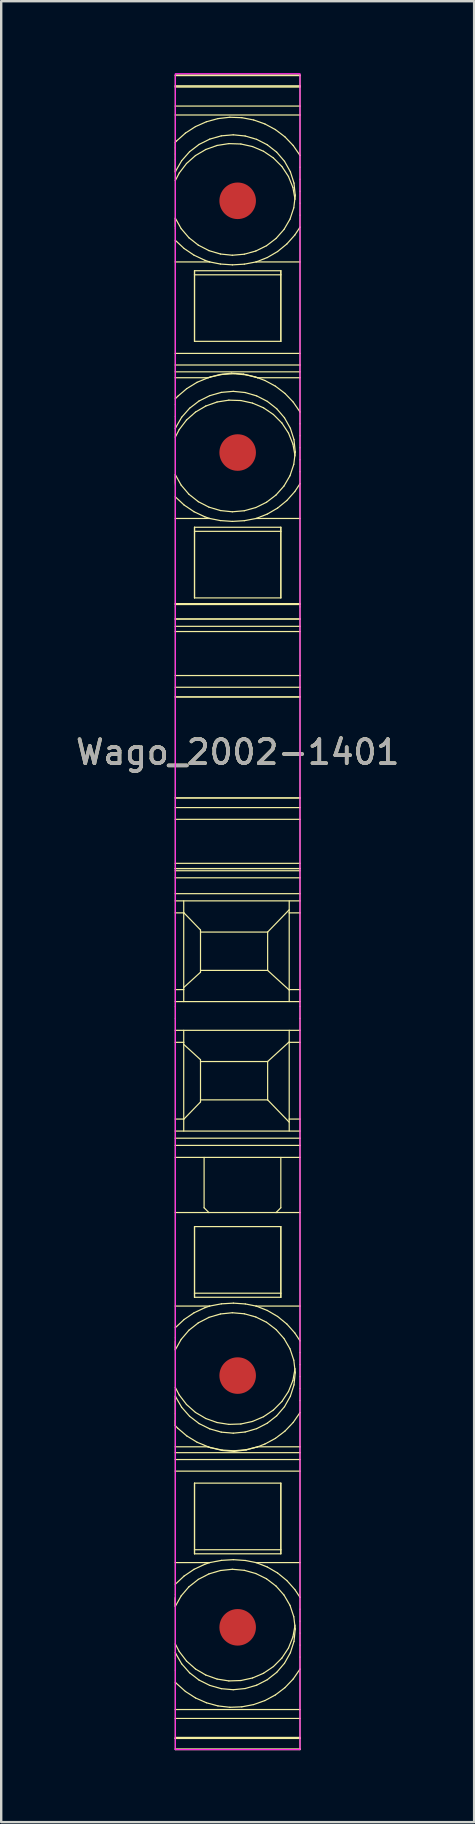
<source format=kicad_pcb>
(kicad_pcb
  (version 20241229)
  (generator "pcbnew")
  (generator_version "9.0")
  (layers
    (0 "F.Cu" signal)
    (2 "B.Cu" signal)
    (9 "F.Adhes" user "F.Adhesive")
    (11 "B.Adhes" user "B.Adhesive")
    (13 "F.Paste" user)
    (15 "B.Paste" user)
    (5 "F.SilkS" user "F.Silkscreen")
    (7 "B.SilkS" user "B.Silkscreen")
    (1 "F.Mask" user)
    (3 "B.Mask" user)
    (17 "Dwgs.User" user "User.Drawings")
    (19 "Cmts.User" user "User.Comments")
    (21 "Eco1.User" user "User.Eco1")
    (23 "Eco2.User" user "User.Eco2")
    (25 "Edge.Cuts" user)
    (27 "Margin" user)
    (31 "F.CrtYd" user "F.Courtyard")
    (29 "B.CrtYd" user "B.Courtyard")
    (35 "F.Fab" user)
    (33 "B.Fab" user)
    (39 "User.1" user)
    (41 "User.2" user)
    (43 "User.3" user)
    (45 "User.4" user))
  (footprint "Wago_2002-1401"
    (layer "F.Cu")
    (at 6.863 39.325)
    (property "Reference" "Wago_2002-1401" (at 0 -11 0) (unlocked yes) (layer "F.SilkS") (effects (font (size 1 1) (thickness 0.15))))
    (fp_line (start -2.6 -39.25) (end 2.6 -39.25) (stroke (width 0.05) (type solid)) (layer "F.SilkS"))
    (fp_line (start -2.6 -39.221) (end -2.6 -39.25) (stroke (width 0.05) (type solid)) (layer "F.SilkS"))
    (fp_line (start -2.6 -39.221) (end 2.6 -39.221) (stroke (width 0.05) (type solid)) (layer "F.SilkS"))
    (fp_line (start -2.6 -38.787) (end -2.6 -39.221) (stroke (width 0.05) (type solid)) (layer "F.SilkS"))
    (fp_line (start -2.6 -38.787) (end -2.6 -38.785) (stroke (width 0.05) (type solid)) (layer "F.SilkS"))
    (fp_line (start -2.6 -38.787) (end 2.6 -38.787) (stroke (width 0.05) (type solid)) (layer "F.SilkS"))
    (fp_line (start -2.6 -38.785) (end -2.6 -38.787) (stroke (width 0.05) (type solid)) (layer "F.SilkS"))
    (fp_line (start -2.6 -38.785) (end 2.6 -38.785) (stroke (width 0.05) (type solid)) (layer "F.SilkS"))
    (fp_line (start -2.6 -38.742) (end -2.6 -38.785) (stroke (width 0.05) (type solid)) (layer "F.SilkS"))
    (fp_line (start -2.6 -38.742) (end 2.6 -38.742) (stroke (width 0.05) (type solid)) (layer "F.SilkS"))
    (fp_line (start -2.6 -37.95) (end -2.6 -38.742) (stroke (width 0.05) (type solid)) (layer "F.SilkS"))
    (fp_line (start -2.6 -37.95) (end 2.6 -37.95) (stroke (width 0.05) (type solid)) (layer "F.SilkS"))
    (fp_line (start -2.6 -37.579) (end -2.6 -37.95) (stroke (width 0.05) (type solid)) (layer "F.SilkS"))
    (fp_line (start -2.6 -37.579) (end 2.6 -37.579) (stroke (width 0.05) (type solid)) (layer "F.SilkS"))
    (fp_line (start -2.6 -36.441) (end -2.6 -37.579) (stroke (width 0.05) (type solid)) (layer "F.SilkS"))
    (fp_line (start -2.6 -36.207) (end -2.6 -36.441) (stroke (width 0.05) (type solid)) (layer "F.SilkS"))
    (fp_line (start -2.6 -35.95) (end -2.6 -36.441) (stroke (width 0.05) (type solid)) (layer "F.SilkS"))
    (fp_line (start -2.6 -35.707) (end -2.6 -36.207) (stroke (width 0.05) (type solid)) (layer "F.SilkS"))
    (fp_line (start -2.6 -35.45) (end -2.6 -35.95) (stroke (width 0.05) (type solid)) (layer "F.SilkS"))
    (fp_line (start -2.6 -35.207) (end -2.6 -35.707) (stroke (width 0.05) (type solid)) (layer "F.SilkS"))
    (fp_line (start -2.6 -35.207) (end -2.6 -35.45) (stroke (width 0.05) (type solid)) (layer "F.SilkS"))
    (fp_line (start -2.6 -34.844) (end -2.6 -35.207) (stroke (width 0.05) (type solid)) (layer "F.SilkS"))
    (fp_line (start -2.6 -33.275) (end -2.6 -34.844) (stroke (width 0.05) (type solid)) (layer "F.SilkS"))
    (fp_line (start -2.6 -33.275) (end -2.357 -32.839) (stroke (width 0.05) (type solid)) (layer "F.SilkS"))
    (fp_line (start -2.6 -32.913) (end -2.6 -33.275) (stroke (width 0.05) (type solid)) (layer "F.SilkS"))
    (fp_line (start -2.6 -32.852) (end -2.6 -33.275) (stroke (width 0.05) (type solid)) (layer "F.SilkS"))
    (fp_line (start -2.6 -32.352) (end -2.6 -32.852) (stroke (width 0.05) (type solid)) (layer "F.SilkS"))
    (fp_line (start -2.6 -32.352) (end -2.235 -32.011) (stroke (width 0.05) (type solid)) (layer "F.SilkS"))
    (fp_line (start -2.6 -31.45) (end -2.6 -32.352) (stroke (width 0.05) (type solid)) (layer "F.SilkS"))
    (fp_line (start -2.6 -31.45) (end -1.168 -31.45) (stroke (width 0.05) (type solid)) (layer "F.SilkS"))
    (fp_line (start -2.6 -27.634) (end -2.6 -31.45) (stroke (width 0.05) (type solid)) (layer "F.SilkS"))
    (fp_line (start -2.6 -27.634) (end 2.6 -27.634) (stroke (width 0.05) (type solid)) (layer "F.SilkS"))
    (fp_line (start -2.6 -27.151) (end -2.6 -27.634) (stroke (width 0.05) (type solid)) (layer "F.SilkS"))
    (fp_line (start -2.6 -27.151) (end 2.6 -27.151) (stroke (width 0.05) (type solid)) (layer "F.SilkS"))
    (fp_line (start -2.6 -26.866) (end -2.6 -27.151) (stroke (width 0.05) (type solid)) (layer "F.SilkS"))
    (fp_line (start -2.6 -26.866) (end -2.6 -26.621) (stroke (width 0.05) (type solid)) (layer "F.SilkS"))
    (fp_line (start -2.6 -26.866) (end 2.6 -26.866) (stroke (width 0.05) (type solid)) (layer "F.SilkS"))
    (fp_line (start -2.6 -26.621) (end -1.233 -26.621) (stroke (width 0.05) (type solid)) (layer "F.SilkS"))
    (fp_line (start -2.6 -25.741) (end -2.6 -26.621) (stroke (width 0.05) (type solid)) (layer "F.SilkS"))
    (fp_line (start -2.6 -25.507) (end -2.6 -25.741) (stroke (width 0.05) (type solid)) (layer "F.SilkS"))
    (fp_line (start -2.6 -25.007) (end -2.6 -25.507) (stroke (width 0.05) (type solid)) (layer "F.SilkS"))
    (fp_line (start -2.6 -24.507) (end -2.6 -25.007) (stroke (width 0.05) (type solid)) (layer "F.SilkS"))
    (fp_line (start -2.6 -24.144) (end -2.6 -24.507) (stroke (width 0.05) (type solid)) (layer "F.SilkS"))
    (fp_line (start -2.6 -22.575) (end -2.6 -24.144) (stroke (width 0.05) (type solid)) (layer "F.SilkS"))
    (fp_line (start -2.6 -22.575) (end -2.357 -22.139) (stroke (width 0.05) (type solid)) (layer "F.SilkS"))
    (fp_line (start -2.6 -22.213) (end -2.6 -22.575) (stroke (width 0.05) (type solid)) (layer "F.SilkS"))
    (fp_line (start -2.6 -22.152) (end -2.6 -22.575) (stroke (width 0.05) (type solid)) (layer "F.SilkS"))
    (fp_line (start -2.6 -21.652) (end -2.6 -22.152) (stroke (width 0.05) (type solid)) (layer "F.SilkS"))
    (fp_line (start -2.6 -21.652) (end -2.235 -21.311) (stroke (width 0.05) (type solid)) (layer "F.SilkS"))
    (fp_line (start -2.6 -20.75) (end -2.6 -21.652) (stroke (width 0.05) (type solid)) (layer "F.SilkS"))
    (fp_line (start -2.6 -20.75) (end -1.168 -20.75) (stroke (width 0.05) (type solid)) (layer "F.SilkS"))
    (fp_line (start -2.6 -17.2) (end -2.6 -20.75) (stroke (width 0.05) (type solid)) (layer "F.SilkS"))
    (fp_line (start -2.6 -17.2) (end 2.6 -17.2) (stroke (width 0.05) (type solid)) (layer "F.SilkS"))
    (fp_line (start -2.6 -17.16) (end -2.6 -17.2) (stroke (width 0.05) (type solid)) (layer "F.SilkS"))
    (fp_line (start -2.6 -17.16) (end 2.6 -17.16) (stroke (width 0.05) (type solid)) (layer "F.SilkS"))
    (fp_line (start -2.6 -17.063) (end -2.6 -17.16) (stroke (width 0.05) (type solid)) (layer "F.SilkS"))
    (fp_line (start -2.6 -16.563) (end -2.6 -17.063) (stroke (width 0.05) (type solid)) (layer "F.SilkS"))
    (fp_line (start -2.6 -16.563) (end 2.6 -16.563) (stroke (width 0.05) (type solid)) (layer "F.SilkS"))
    (fp_line (start -2.6 -16.55) (end -2.6 -16.563) (stroke (width 0.05) (type solid)) (layer "F.SilkS"))
    (fp_line (start -2.6 -16.55) (end 2.6 -16.55) (stroke (width 0.05) (type solid)) (layer "F.SilkS"))
    (fp_line (start -2.6 -16.25) (end -2.6 -16.55) (stroke (width 0.05) (type solid)) (layer "F.SilkS"))
    (fp_line (start -2.6 -16.25) (end -2.6 -16.034) (stroke (width 0.05) (type solid)) (layer "F.SilkS"))
    (fp_line (start -2.6 -16.25) (end 2.6 -16.25) (stroke (width 0.05) (type solid)) (layer "F.SilkS"))
    (fp_line (start -2.6 -16.034) (end 2.6 -16.034) (stroke (width 0.05) (type solid)) (layer "F.SilkS"))
    (fp_line (start -2.6 -14.2) (end -2.6 -16.034) (stroke (width 0.05) (type solid)) (layer "F.SilkS"))
    (fp_line (start -2.6 -14.2) (end 2.6 -14.2) (stroke (width 0.05) (type solid)) (layer "F.SilkS"))
    (fp_line (start -2.6 -13.71) (end -2.6 -14.2) (stroke (width 0.05) (type solid)) (layer "F.SilkS"))
    (fp_line (start -2.6 -13.71) (end 2.6 -13.71) (stroke (width 0.05) (type solid)) (layer "F.SilkS"))
    (fp_line (start -2.6 -13.31) (end -2.6 -13.71) (stroke (width 0.05) (type solid)) (layer "F.SilkS"))
    (fp_line (start -2.6 -13.31) (end 2.6 -13.31) (stroke (width 0.05) (type solid)) (layer "F.SilkS"))
    (fp_line (start -2.6 -13.303) (end -2.6 -13.31) (stroke (width 0.05) (type solid)) (layer "F.SilkS"))
    (fp_line (start -2.6 -13.303) (end 2.6 -13.303) (stroke (width 0.05) (type solid)) (layer "F.SilkS"))
    (fp_line (start -2.6 -9.097) (end -2.6 -13.303) (stroke (width 0.05) (type solid)) (layer "F.SilkS"))
    (fp_line (start -2.6 -9.097) (end 2.6 -9.097) (stroke (width 0.05) (type solid)) (layer "F.SilkS"))
    (fp_line (start -2.6 -9.09) (end -2.6 -9.097) (stroke (width 0.05) (type solid)) (layer "F.SilkS"))
    (fp_line (start -2.6 -9.09) (end 2.6 -9.09) (stroke (width 0.05) (type solid)) (layer "F.SilkS"))
    (fp_line (start -2.6 -8.69) (end -2.6 -9.09) (stroke (width 0.05) (type solid)) (layer "F.SilkS"))
    (fp_line (start -2.6 -8.69) (end 2.6 -8.69) (stroke (width 0.05) (type solid)) (layer "F.SilkS"))
    (fp_line (start -2.6 -8.2) (end -2.6 -8.69) (stroke (width 0.05) (type solid)) (layer "F.SilkS"))
    (fp_line (start -2.6 -8.2) (end 2.6 -8.2) (stroke (width 0.05) (type solid)) (layer "F.SilkS"))
    (fp_line (start -2.6 -6.366) (end -2.6 -8.2) (stroke (width 0.05) (type solid)) (layer "F.SilkS"))
    (fp_line (start -2.6 -6.366) (end -2.6 -6.15) (stroke (width 0.05) (type solid)) (layer "F.SilkS"))
    (fp_line (start -2.6 -6.366) (end 2.6 -6.366) (stroke (width 0.05) (type solid)) (layer "F.SilkS"))
    (fp_line (start -2.6 -6.15) (end -2.6 -6.146) (stroke (width 0.05) (type solid)) (layer "F.SilkS"))
    (fp_line (start -2.6 -6.15) (end 2.6 -6.15) (stroke (width 0.05) (type solid)) (layer "F.SilkS"))
    (fp_line (start -2.6 -6.146) (end -2.6 -6.15) (stroke (width 0.05) (type solid)) (layer "F.SilkS"))
    (fp_line (start -2.6 -6.146) (end 2.6 -6.146) (stroke (width 0.05) (type solid)) (layer "F.SilkS"))
    (fp_line (start -2.6 -6.056) (end -2.6 -6.146) (stroke (width 0.05) (type solid)) (layer "F.SilkS"))
    (fp_line (start -2.6 -6.056) (end 2.6 -6.056) (stroke (width 0.05) (type solid)) (layer "F.SilkS"))
    (fp_line (start -2.6 -5.763) (end -2.6 -6.056) (stroke (width 0.05) (type solid)) (layer "F.SilkS"))
    (fp_line (start -2.6 -5.763) (end 2.6 -5.763) (stroke (width 0.05) (type solid)) (layer "F.SilkS"))
    (fp_line (start -2.6 -5.1) (end -2.6 -5.763) (stroke (width 0.05) (type solid)) (layer "F.SilkS"))
    (fp_line (start -2.6 -5.1) (end 2.6 -5.1) (stroke (width 0.05) (type solid)) (layer "F.SilkS"))
    (fp_line (start -2.6 -4.8) (end -2.6 -5.1) (stroke (width 0.05) (type solid)) (layer "F.SilkS"))
    (fp_line (start -2.6 -4.8) (end -2.6 -4.3) (stroke (width 0.05) (type solid)) (layer "F.SilkS"))
    (fp_line (start -2.6 -4.8) (end 2.6 -4.8) (stroke (width 0.05) (type solid)) (layer "F.SilkS"))
    (fp_line (start -2.6 -4.3) (end -2.25 -4.3) (stroke (width 0.05) (type solid)) (layer "F.SilkS"))
    (fp_line (start -2.6 -1.1) (end -2.6 -4.3) (stroke (width 0.05) (type solid)) (layer "F.SilkS"))
    (fp_line (start -2.6 -1.1) (end -2.6 -0.6) (stroke (width 0.05) (type solid)) (layer "F.SilkS"))
    (fp_line (start -2.6 -1.1) (end -2.25 -1.1) (stroke (width 0.05) (type solid)) (layer "F.SilkS"))
    (fp_line (start -2.6 -0.6) (end 2.6 -0.6) (stroke (width 0.05) (type solid)) (layer "F.SilkS"))
    (fp_line (start -2.6 -0.4) (end -2.6 -0.6) (stroke (width 0.05) (type solid)) (layer "F.SilkS"))
    (fp_line (start -2.6 0.1) (end -2.6 -0.4) (stroke (width 0.05) (type solid)) (layer "F.SilkS"))
    (fp_line (start -2.6 0.6) (end -2.6 0.1) (stroke (width 0.05) (type solid)) (layer "F.SilkS"))
    (fp_line (start -2.6 0.6) (end -2.6 1.1) (stroke (width 0.05) (type solid)) (layer "F.SilkS"))
    (fp_line (start -2.6 0.6) (end 2.6 0.6) (stroke (width 0.05) (type solid)) (layer "F.SilkS"))
    (fp_line (start -2.6 1.1) (end -2.25 1.1) (stroke (width 0.05) (type solid)) (layer "F.SilkS"))
    (fp_line (start -2.6 4.3) (end -2.6 1.1) (stroke (width 0.05) (type solid)) (layer "F.SilkS"))
    (fp_line (start -2.6 4.3) (end -2.6 4.8) (stroke (width 0.05) (type solid)) (layer "F.SilkS"))
    (fp_line (start -2.6 4.3) (end -2.25 4.3) (stroke (width 0.05) (type solid)) (layer "F.SilkS"))
    (fp_line (start -2.6 4.8) (end 2.6 4.8) (stroke (width 0.05) (type solid)) (layer "F.SilkS"))
    (fp_line (start -2.6 5.1) (end -2.6 4.8) (stroke (width 0.05) (type solid)) (layer "F.SilkS"))
    (fp_line (start -2.6 5.1) (end 2.6 5.1) (stroke (width 0.05) (type solid)) (layer "F.SilkS"))
    (fp_line (start -2.6 5.4) (end -2.6 5.1) (stroke (width 0.05) (type solid)) (layer "F.SilkS"))
    (fp_line (start -2.6 5.4) (end 2.6 5.4) (stroke (width 0.05) (type solid)) (layer "F.SilkS"))
    (fp_line (start -2.6 5.9) (end -2.6 5.4) (stroke (width 0.05) (type solid)) (layer "F.SilkS"))
    (fp_line (start -2.6 5.9) (end 2.6 5.9) (stroke (width 0.05) (type solid)) (layer "F.SilkS"))
    (fp_line (start -2.6 8.2) (end -2.6 5.9) (stroke (width 0.05) (type solid)) (layer "F.SilkS"))
    (fp_line (start -2.6 8.2) (end -1.2 8.2) (stroke (width 0.05) (type solid)) (layer "F.SilkS"))
    (fp_line (start -2.6 12.1) (end -2.6 8.2) (stroke (width 0.05) (type solid)) (layer "F.SilkS"))
    (fp_line (start -2.6 12.1) (end -1.168 12.1) (stroke (width 0.05) (type solid)) (layer "F.SilkS"))
    (fp_line (start -2.6 13.002) (end -2.6 12.1) (stroke (width 0.05) (type solid)) (layer "F.SilkS"))
    (fp_line (start -2.6 13.002) (end -2.235 12.661) (stroke (width 0.05) (type solid)) (layer "F.SilkS"))
    (fp_line (start -2.6 13.425) (end -2.6 13.002) (stroke (width 0.05) (type solid)) (layer "F.SilkS"))
    (fp_line (start -2.6 13.925) (end -2.6 13.425) (stroke (width 0.05) (type solid)) (layer "F.SilkS"))
    (fp_line (start -2.6 13.925) (end -2.6 13.563) (stroke (width 0.05) (type solid)) (layer "F.SilkS"))
    (fp_line (start -2.6 13.925) (end -2.357 13.489) (stroke (width 0.05) (type solid)) (layer "F.SilkS"))
    (fp_line (start -2.6 15.494) (end -2.6 13.925) (stroke (width 0.05) (type solid)) (layer "F.SilkS"))
    (fp_line (start -2.6 15.857) (end -2.6 15.494) (stroke (width 0.05) (type solid)) (layer "F.SilkS"))
    (fp_line (start -2.6 16.091) (end -2.6 15.857) (stroke (width 0.05) (type solid)) (layer "F.SilkS"))
    (fp_line (start -2.6 16.591) (end -2.6 16.091) (stroke (width 0.05) (type solid)) (layer "F.SilkS"))
    (fp_line (start -2.6 17.091) (end -2.6 15.857) (stroke (width 0.05) (type solid)) (layer "F.SilkS"))
    (fp_line (start -2.6 17.091) (end -2.6 16.591) (stroke (width 0.05) (type solid)) (layer "F.SilkS"))
    (fp_line (start -2.6 17.091) (end -2.6 16.871) (stroke (width 0.05) (type solid)) (layer "F.SilkS"))
    (fp_line (start -2.6 17.971) (end -2.6 17.091) (stroke (width 0.05) (type solid)) (layer "F.SilkS"))
    (fp_line (start -2.6 17.971) (end -2.6 18.216) (stroke (width 0.05) (type solid)) (layer "F.SilkS"))
    (fp_line (start -2.6 17.971) (end -1.233 17.971) (stroke (width 0.05) (type solid)) (layer "F.SilkS"))
    (fp_line (start -2.6 18.216) (end 2.6 18.216) (stroke (width 0.05) (type solid)) (layer "F.SilkS"))
    (fp_line (start -2.6 18.501) (end -2.6 18.216) (stroke (width 0.05) (type solid)) (layer "F.SilkS"))
    (fp_line (start -2.6 18.501) (end 2.6 18.501) (stroke (width 0.05) (type solid)) (layer "F.SilkS"))
    (fp_line (start -2.6 18.984) (end -2.6 18.501) (stroke (width 0.05) (type solid)) (layer "F.SilkS"))
    (fp_line (start -2.6 18.984) (end 2.6 18.984) (stroke (width 0.05) (type solid)) (layer "F.SilkS"))
    (fp_line (start -2.6 22.8) (end -2.6 18.984) (stroke (width 0.05) (type solid)) (layer "F.SilkS"))
    (fp_line (start -2.6 22.8) (end -1.168 22.8) (stroke (width 0.05) (type solid)) (layer "F.SilkS"))
    (fp_line (start -2.6 23.702) (end -2.6 22.8) (stroke (width 0.05) (type solid)) (layer "F.SilkS"))
    (fp_line (start -2.6 23.702) (end -2.235 23.361) (stroke (width 0.05) (type solid)) (layer "F.SilkS"))
    (fp_line (start -2.6 24.125) (end -2.6 23.702) (stroke (width 0.05) (type solid)) (layer "F.SilkS"))
    (fp_line (start -2.6 24.625) (end -2.6 24.125) (stroke (width 0.05) (type solid)) (layer "F.SilkS"))
    (fp_line (start -2.6 24.625) (end -2.6 24.263) (stroke (width 0.05) (type solid)) (layer "F.SilkS"))
    (fp_line (start -2.6 24.625) (end -2.357 24.189) (stroke (width 0.05) (type solid)) (layer "F.SilkS"))
    (fp_line (start -2.6 26.194) (end -2.6 24.263) (stroke (width 0.05) (type solid)) (layer "F.SilkS"))
    (fp_line (start -2.6 26.557) (end -2.6 26.194) (stroke (width 0.05) (type solid)) (layer "F.SilkS"))
    (fp_line (start -2.6 26.791) (end -2.6 26.557) (stroke (width 0.05) (type solid)) (layer "F.SilkS"))
    (fp_line (start -2.6 27.291) (end -2.6 26.791) (stroke (width 0.05) (type solid)) (layer "F.SilkS"))
    (fp_line (start -2.6 27.791) (end -2.6 27.291) (stroke (width 0.05) (type solid)) (layer "F.SilkS"))
    (fp_line (start -2.6 28.929) (end -2.6 27.791) (stroke (width 0.05) (type solid)) (layer "F.SilkS"))
    (fp_line (start -2.6 28.929) (end 2.6 28.929) (stroke (width 0.05) (type solid)) (layer "F.SilkS"))
    (fp_line (start -2.6 29.3) (end -2.6 28.929) (stroke (width 0.05) (type solid)) (layer "F.SilkS"))
    (fp_line (start -2.6 29.3) (end 2.6 29.3) (stroke (width 0.05) (type solid)) (layer "F.SilkS"))
    (fp_line (start -2.6 30.092) (end -2.6 29.3) (stroke (width 0.05) (type solid)) (layer "F.SilkS"))
    (fp_line (start -2.6 30.092) (end 2.6 30.092) (stroke (width 0.05) (type solid)) (layer "F.SilkS"))
    (fp_line (start -2.6 30.134) (end -2.6 30.092) (stroke (width 0.05) (type solid)) (layer "F.SilkS"))
    (fp_line (start -2.6 30.134) (end -2.6 30.136) (stroke (width 0.05) (type solid)) (layer "F.SilkS"))
    (fp_line (start -2.6 30.134) (end 2.6 30.134) (stroke (width 0.05) (type solid)) (layer "F.SilkS"))
    (fp_line (start -2.6 30.136) (end -2.6 30.134) (stroke (width 0.05) (type solid)) (layer "F.SilkS"))
    (fp_line (start -2.6 30.136) (end 2.6 30.136) (stroke (width 0.05) (type solid)) (layer "F.SilkS"))
    (fp_line (start -2.6 30.572) (end -2.6 30.136) (stroke (width 0.05) (type solid)) (layer "F.SilkS"))
    (fp_line (start -2.6 30.572) (end 2.6 30.572) (stroke (width 0.05) (type solid)) (layer "F.SilkS"))
    (fp_line (start -2.6 30.6) (end -2.6 30.572) (stroke (width 0.05) (type solid)) (layer "F.SilkS"))
    (fp_line (start -2.6 30.6) (end 2.6 30.6) (stroke (width 0.05) (type solid)) (layer "F.SilkS"))
    (fp_line (start -2.585 -35.24) (end -2.6 -35.207) (stroke (width 0.05) (type solid)) (layer "F.SilkS"))
    (fp_line (start -2.585 -24.54) (end -2.6 -24.507) (stroke (width 0.05) (type solid)) (layer "F.SilkS"))
    (fp_line (start -2.585 15.89) (end -2.6 15.857) (stroke (width 0.05) (type solid)) (layer "F.SilkS"))
    (fp_line (start -2.585 26.59) (end -2.6 26.557) (stroke (width 0.05) (type solid)) (layer "F.SilkS"))
    (fp_line (start -2.553 -36.491) (end -2.6 -36.441) (stroke (width 0.05) (type solid)) (layer "F.SilkS"))
    (fp_line (start -2.553 27.841) (end -2.6 27.791) (stroke (width 0.05) (type solid)) (layer "F.SilkS"))
    (fp_line (start -2.501 -25.844) (end -2.6 -25.741) (stroke (width 0.05) (type solid)) (layer "F.SilkS"))
    (fp_line (start -2.501 17.194) (end -2.6 17.091) (stroke (width 0.05) (type solid)) (layer "F.SilkS"))
    (fp_line (start -2.437 -35.159) (end -2.6 -34.844) (stroke (width 0.05) (type solid)) (layer "F.SilkS"))
    (fp_line (start -2.437 -24.459) (end -2.6 -24.144) (stroke (width 0.05) (type solid)) (layer "F.SilkS"))
    (fp_line (start -2.437 15.809) (end -2.6 15.494) (stroke (width 0.05) (type solid)) (layer "F.SilkS"))
    (fp_line (start -2.437 26.509) (end -2.6 26.194) (stroke (width 0.05) (type solid)) (layer "F.SilkS"))
    (fp_line (start -2.357 -32.839) (end -2.033 -32.459) (stroke (width 0.05) (type solid)) (layer "F.SilkS"))
    (fp_line (start -2.357 -22.139) (end -2.033 -21.759) (stroke (width 0.05) (type solid)) (layer "F.SilkS"))
    (fp_line (start -2.357 13.489) (end -2.033 13.109) (stroke (width 0.05) (type solid)) (layer "F.SilkS"))
    (fp_line (start -2.357 24.189) (end -2.033 23.809) (stroke (width 0.05) (type solid)) (layer "F.SilkS"))
    (fp_line (start -2.336 -35.672) (end -2.585 -35.24) (stroke (width 0.05) (type solid)) (layer "F.SilkS"))
    (fp_line (start -2.336 -24.972) (end -2.585 -24.54) (stroke (width 0.05) (type solid)) (layer "F.SilkS"))
    (fp_line (start -2.336 16.322) (end -2.585 15.89) (stroke (width 0.05) (type solid)) (layer "F.SilkS"))
    (fp_line (start -2.336 27.022) (end -2.585 26.59) (stroke (width 0.05) (type solid)) (layer "F.SilkS"))
    (fp_line (start -2.25 -4.8) (end -2.25 -4.3) (stroke (width 0.05) (type solid)) (layer "F.SilkS"))
    (fp_line (start -2.25 -1.186) (end -1.55 -1.824) (stroke (width 0.05) (type solid)) (layer "F.SilkS"))
    (fp_line (start -2.25 -1.1) (end -2.25 -4.3) (stroke (width 0.05) (type solid)) (layer "F.SilkS"))
    (fp_line (start -2.25 -1.1) (end -2.25 -0.6) (stroke (width 0.05) (type solid)) (layer "F.SilkS"))
    (fp_line (start -2.25 0.6) (end -2.25 1.1) (stroke (width 0.05) (type solid)) (layer "F.SilkS"))
    (fp_line (start -2.25 4.3) (end -2.25 1.1) (stroke (width 0.05) (type solid)) (layer "F.SilkS"))
    (fp_line (start -2.25 4.3) (end -2.25 4.8) (stroke (width 0.05) (type solid)) (layer "F.SilkS"))
    (fp_line (start -2.25 4.31) (end -1.55 3.587) (stroke (width 0.05) (type solid)) (layer "F.SilkS"))
    (fp_line (start -2.235 -32.011) (end -1.821 -31.731) (stroke (width 0.05) (type solid)) (layer "F.SilkS"))
    (fp_line (start -2.235 -21.311) (end -1.821 -21.031) (stroke (width 0.05) (type solid)) (layer "F.SilkS"))
    (fp_line (start -2.235 12.661) (end -1.821 12.381) (stroke (width 0.05) (type solid)) (layer "F.SilkS"))
    (fp_line (start -2.235 23.361) (end -1.821 23.081) (stroke (width 0.05) (type solid)) (layer "F.SilkS"))
    (fp_line (start -2.18 -36.824) (end -2.553 -36.491) (stroke (width 0.05) (type solid)) (layer "F.SilkS"))
    (fp_line (start -2.18 28.174) (end -2.553 27.841) (stroke (width 0.05) (type solid)) (layer "F.SilkS"))
    (fp_line (start -2.134 -35.556) (end -2.437 -35.159) (stroke (width 0.05) (type solid)) (layer "F.SilkS"))
    (fp_line (start -2.134 -24.856) (end -2.437 -24.459) (stroke (width 0.05) (type solid)) (layer "F.SilkS"))
    (fp_line (start -2.134 16.206) (end -2.437 15.809) (stroke (width 0.05) (type solid)) (layer "F.SilkS"))
    (fp_line (start -2.134 26.906) (end -2.437 26.509) (stroke (width 0.05) (type solid)) (layer "F.SilkS"))
    (fp_line (start -2.121 -26.168) (end -2.501 -25.844) (stroke (width 0.05) (type solid)) (layer "F.SilkS"))
    (fp_line (start -2.121 17.518) (end -2.501 17.194) (stroke (width 0.05) (type solid)) (layer "F.SilkS"))
    (fp_line (start -2.033 -32.459) (end -1.641 -32.15) (stroke (width 0.05) (type solid)) (layer "F.SilkS"))
    (fp_line (start -2.033 -21.759) (end -1.641 -21.45) (stroke (width 0.05) (type solid)) (layer "F.SilkS"))
    (fp_line (start -2.033 13.109) (end -1.641 12.8) (stroke (width 0.05) (type solid)) (layer "F.SilkS"))
    (fp_line (start -2.033 23.809) (end -1.641 23.5) (stroke (width 0.05) (type solid)) (layer "F.SilkS"))
    (fp_line (start -2.006 -36.047) (end -2.336 -35.672) (stroke (width 0.05) (type solid)) (layer "F.SilkS"))
    (fp_line (start -2.006 -25.347) (end -2.336 -24.972) (stroke (width 0.05) (type solid)) (layer "F.SilkS"))
    (fp_line (start -2.006 16.697) (end -2.336 16.322) (stroke (width 0.05) (type solid)) (layer "F.SilkS"))
    (fp_line (start -2.006 27.397) (end -2.336 27.022) (stroke (width 0.05) (type solid)) (layer "F.SilkS"))
    (fp_line (start -1.821 -31.731) (end -1.369 -31.519) (stroke (width 0.05) (type solid)) (layer "F.SilkS"))
    (fp_line (start -1.821 -21.031) (end -1.369 -20.819) (stroke (width 0.05) (type solid)) (layer "F.SilkS"))
    (fp_line (start -1.821 12.381) (end -1.369 12.169) (stroke (width 0.05) (type solid)) (layer "F.SilkS"))
    (fp_line (start -1.821 23.081) (end -1.369 22.869) (stroke (width 0.05) (type solid)) (layer "F.SilkS"))
    (fp_line (start -1.8 -31.083) (end -1.8 -30.914) (stroke (width 0.05) (type solid)) (layer "F.SilkS"))
    (fp_line (start -1.8 -31.083) (end 1.8 -31.083) (stroke (width 0.05) (type solid)) (layer "F.SilkS"))
    (fp_line (start -1.8 -30.914) (end -1.8 -28.137) (stroke (width 0.05) (type solid)) (layer "F.SilkS"))
    (fp_line (start -1.8 -30.914) (end 1.8 -30.914) (stroke (width 0.05) (type solid)) (layer "F.SilkS"))
    (fp_line (start -1.8 -28.137) (end -1.8 -31.083) (stroke (width 0.05) (type solid)) (layer "F.SilkS"))
    (fp_line (start -1.8 -28.137) (end 1.8 -28.137) (stroke (width 0.05) (type solid)) (layer "F.SilkS"))
    (fp_line (start -1.8 -20.383) (end -1.8 -20.214) (stroke (width 0.05) (type solid)) (layer "F.SilkS"))
    (fp_line (start -1.8 -20.383) (end 1.8 -20.383) (stroke (width 0.05) (type solid)) (layer "F.SilkS"))
    (fp_line (start -1.8 -20.214) (end -1.8 -17.437) (stroke (width 0.05) (type solid)) (layer "F.SilkS"))
    (fp_line (start -1.8 -20.214) (end 1.8 -20.214) (stroke (width 0.05) (type solid)) (layer "F.SilkS"))
    (fp_line (start -1.8 -17.437) (end -1.8 -20.383) (stroke (width 0.05) (type solid)) (layer "F.SilkS"))
    (fp_line (start -1.8 -17.437) (end 1.8 -17.437) (stroke (width 0.05) (type solid)) (layer "F.SilkS"))
    (fp_line (start -1.8 8.787) (end -1.8 11.564) (stroke (width 0.05) (type solid)) (layer "F.SilkS"))
    (fp_line (start -1.8 8.787) (end 1.8 8.787) (stroke (width 0.05) (type solid)) (layer "F.SilkS"))
    (fp_line (start -1.8 11.564) (end -1.8 11.733) (stroke (width 0.05) (type solid)) (layer "F.SilkS"))
    (fp_line (start -1.8 11.564) (end 1.8 11.564) (stroke (width 0.05) (type solid)) (layer "F.SilkS"))
    (fp_line (start -1.8 11.733) (end -1.8 8.787) (stroke (width 0.05) (type solid)) (layer "F.SilkS"))
    (fp_line (start -1.8 11.733) (end 1.8 11.733) (stroke (width 0.05) (type solid)) (layer "F.SilkS"))
    (fp_line (start -1.8 19.487) (end -1.8 22.264) (stroke (width 0.05) (type solid)) (layer "F.SilkS"))
    (fp_line (start -1.8 19.487) (end 1.8 19.487) (stroke (width 0.05) (type solid)) (layer "F.SilkS"))
    (fp_line (start -1.8 22.264) (end -1.8 22.433) (stroke (width 0.05) (type solid)) (layer "F.SilkS"))
    (fp_line (start -1.8 22.264) (end 1.8 22.264) (stroke (width 0.05) (type solid)) (layer "F.SilkS"))
    (fp_line (start -1.8 22.433) (end -1.8 19.487) (stroke (width 0.05) (type solid)) (layer "F.SilkS"))
    (fp_line (start -1.8 22.433) (end 1.8 22.433) (stroke (width 0.05) (type solid)) (layer "F.SilkS"))
    (fp_line (start -1.76 -37.095) (end -2.18 -36.824) (stroke (width 0.05) (type solid)) (layer "F.SilkS"))
    (fp_line (start -1.76 -35.887) (end -2.134 -35.556) (stroke (width 0.05) (type solid)) (layer "F.SilkS"))
    (fp_line (start -1.76 -25.187) (end -2.134 -24.856) (stroke (width 0.05) (type solid)) (layer "F.SilkS"))
    (fp_line (start -1.76 16.537) (end -2.134 16.206) (stroke (width 0.05) (type solid)) (layer "F.SilkS"))
    (fp_line (start -1.76 27.237) (end -2.134 26.906) (stroke (width 0.05) (type solid)) (layer "F.SilkS"))
    (fp_line (start -1.76 28.445) (end -2.18 28.174) (stroke (width 0.05) (type solid)) (layer "F.SilkS"))
    (fp_line (start -1.695 -26.429) (end -2.121 -26.168) (stroke (width 0.05) (type solid)) (layer "F.SilkS"))
    (fp_line (start -1.695 17.779) (end -2.121 17.518) (stroke (width 0.05) (type solid)) (layer "F.SilkS"))
    (fp_line (start -1.641 -32.15) (end -1.197 -31.921) (stroke (width 0.05) (type solid)) (layer "F.SilkS"))
    (fp_line (start -1.641 -21.45) (end -1.197 -21.221) (stroke (width 0.05) (type solid)) (layer "F.SilkS"))
    (fp_line (start -1.641 12.8) (end -1.197 12.571) (stroke (width 0.05) (type solid)) (layer "F.SilkS"))
    (fp_line (start -1.641 23.5) (end -1.197 23.271) (stroke (width 0.05) (type solid)) (layer "F.SilkS"))
    (fp_line (start -1.61 -36.351) (end -2.006 -36.047) (stroke (width 0.05) (type solid)) (layer "F.SilkS"))
    (fp_line (start -1.61 -25.651) (end -2.006 -25.347) (stroke (width 0.05) (type solid)) (layer "F.SilkS"))
    (fp_line (start -1.61 17.001) (end -2.006 16.697) (stroke (width 0.05) (type solid)) (layer "F.SilkS"))
    (fp_line (start -1.61 27.701) (end -2.006 27.397) (stroke (width 0.05) (type solid)) (layer "F.SilkS"))
    (fp_line (start -1.55 -3.587) (end -2.25 -4.31) (stroke (width 0.05) (type solid)) (layer "F.SilkS"))
    (fp_line (start -1.55 -1.824) (end -1.55 -3.587) (stroke (width 0.05) (type solid)) (layer "F.SilkS"))
    (fp_line (start -1.55 1.824) (end -2.25 1.186) (stroke (width 0.05) (type solid)) (layer "F.SilkS"))
    (fp_line (start -1.55 3.587) (end -1.55 1.824) (stroke (width 0.05) (type solid)) (layer "F.SilkS"))
    (fp_line (start -1.4 5.9) (end -1.4 8) (stroke (width 0.05) (type solid)) (layer "F.SilkS"))
    (fp_line (start -1.369 -31.519) (end -1.168 -31.45) (stroke (width 0.05) (type solid)) (layer "F.SilkS"))
    (fp_line (start -1.369 -20.819) (end -1.168 -20.75) (stroke (width 0.05) (type solid)) (layer "F.SilkS"))
    (fp_line (start -1.369 12.169) (end -1.168 12.1) (stroke (width 0.05) (type solid)) (layer "F.SilkS"))
    (fp_line (start -1.369 22.869) (end -1.168 22.8) (stroke (width 0.05) (type solid)) (layer "F.SilkS"))
    (fp_line (start -1.33 -36.14) (end -1.76 -35.887) (stroke (width 0.05) (type solid)) (layer "F.SilkS"))
    (fp_line (start -1.33 -25.44) (end -1.76 -25.187) (stroke (width 0.05) (type solid)) (layer "F.SilkS"))
    (fp_line (start -1.33 16.79) (end -1.76 16.537) (stroke (width 0.05) (type solid)) (layer "F.SilkS"))
    (fp_line (start -1.33 27.49) (end -1.76 27.237) (stroke (width 0.05) (type solid)) (layer "F.SilkS"))
    (fp_line (start -1.304 -37.297) (end -1.76 -37.095) (stroke (width 0.05) (type solid)) (layer "F.SilkS"))
    (fp_line (start -1.304 28.647) (end -1.76 28.445) (stroke (width 0.05) (type solid)) (layer "F.SilkS"))
    (fp_line (start -1.233 -26.621) (end -1.695 -26.429) (stroke (width 0.05) (type solid)) (layer "F.SilkS"))
    (fp_line (start -1.233 -26.621) (end -0.751 -26.753) (stroke (width 0.05) (type solid)) (layer "F.SilkS"))
    (fp_line (start -1.233 17.971) (end -1.695 17.779) (stroke (width 0.05) (type solid)) (layer "F.SilkS"))
    (fp_line (start -1.2 8.2) (end -1.4 8) (stroke (width 0.05) (type solid)) (layer "F.SilkS"))
    (fp_line (start -1.2 8.2) (end 1.6 8.2) (stroke (width 0.05) (type solid)) (layer "F.SilkS"))
    (fp_line (start -1.197 -31.921) (end -0.718 -31.78) (stroke (width 0.05) (type solid)) (layer "F.SilkS"))
    (fp_line (start -1.197 -21.221) (end -0.718 -21.08) (stroke (width 0.05) (type solid)) (layer "F.SilkS"))
    (fp_line (start -1.197 12.571) (end -0.718 12.43) (stroke (width 0.05) (type solid)) (layer "F.SilkS"))
    (fp_line (start -1.197 23.271) (end -0.718 23.13) (stroke (width 0.05) (type solid)) (layer "F.SilkS"))
    (fp_line (start -1.168 12.1) (end -0.677 12.007) (stroke (width 0.05) (type solid)) (layer "F.SilkS"))
    (fp_line (start -1.168 22.8) (end -0.677 22.707) (stroke (width 0.05) (type solid)) (layer "F.SilkS"))
    (fp_line (start -1.163 -36.573) (end -1.61 -36.351) (stroke (width 0.05) (type solid)) (layer "F.SilkS"))
    (fp_line (start -1.163 -25.873) (end -1.61 -25.651) (stroke (width 0.05) (type solid)) (layer "F.SilkS"))
    (fp_line (start -1.163 17.223) (end -1.61 17.001) (stroke (width 0.05) (type solid)) (layer "F.SilkS"))
    (fp_line (start -1.163 27.923) (end -1.61 27.701) (stroke (width 0.05) (type solid)) (layer "F.SilkS"))
    (fp_line (start -1.136 -26.652) (end -1.233 -26.621) (stroke (width 0.05) (type solid)) (layer "F.SilkS"))
    (fp_line (start -1.136 18.002) (end -1.233 17.971) (stroke (width 0.05) (type solid)) (layer "F.SilkS"))
    (fp_line (start -1.128 18.005) (end -1.233 17.971) (stroke (width 0.05) (type solid)) (layer "F.SilkS"))
    (fp_line (start -0.86 -36.308) (end -1.33 -36.14) (stroke (width 0.05) (type solid)) (layer "F.SilkS"))
    (fp_line (start -0.86 -25.608) (end -1.33 -25.44) (stroke (width 0.05) (type solid)) (layer "F.SilkS"))
    (fp_line (start -0.86 16.958) (end -1.33 16.79) (stroke (width 0.05) (type solid)) (layer "F.SilkS"))
    (fp_line (start -0.86 27.658) (end -1.33 27.49) (stroke (width 0.05) (type solid)) (layer "F.SilkS"))
    (fp_line (start -0.822 -37.428) (end -1.304 -37.297) (stroke (width 0.05) (type solid)) (layer "F.SilkS"))
    (fp_line (start -0.822 28.778) (end -1.304 28.647) (stroke (width 0.05) (type solid)) (layer "F.SilkS"))
    (fp_line (start -0.751 -26.753) (end -0.255 -26.812) (stroke (width 0.05) (type solid)) (layer "F.SilkS"))
    (fp_line (start -0.72 -31.362) (end -1.168 -31.45) (stroke (width 0.05) (type solid)) (layer "F.SilkS"))
    (fp_line (start -0.72 -20.662) (end -1.168 -20.75) (stroke (width 0.05) (type solid)) (layer "F.SilkS"))
    (fp_line (start -0.718 -31.78) (end -0.222 -31.729) (stroke (width 0.05) (type solid)) (layer "F.SilkS"))
    (fp_line (start -0.718 -21.08) (end -0.222 -21.029) (stroke (width 0.05) (type solid)) (layer "F.SilkS"))
    (fp_line (start -0.718 12.43) (end -0.222 12.379) (stroke (width 0.05) (type solid)) (layer "F.SilkS"))
    (fp_line (start -0.718 23.13) (end -0.222 23.079) (stroke (width 0.05) (type solid)) (layer "F.SilkS"))
    (fp_line (start -0.683 -36.709) (end -1.163 -36.573) (stroke (width 0.05) (type solid)) (layer "F.SilkS"))
    (fp_line (start -0.683 -26.009) (end -1.163 -25.873) (stroke (width 0.05) (type solid)) (layer "F.SilkS"))
    (fp_line (start -0.683 17.359) (end -1.163 17.223) (stroke (width 0.05) (type solid)) (layer "F.SilkS"))
    (fp_line (start -0.683 28.059) (end -1.163 27.923) (stroke (width 0.05) (type solid)) (layer "F.SilkS"))
    (fp_line (start -0.677 12.007) (end -0.179 11.978) (stroke (width 0.05) (type solid)) (layer "F.SilkS"))
    (fp_line (start -0.677 22.707) (end -0.179 22.678) (stroke (width 0.05) (type solid)) (layer "F.SilkS"))
    (fp_line (start -0.648 -26.757) (end -1.136 -26.652) (stroke (width 0.05) (type solid)) (layer "F.SilkS"))
    (fp_line (start -0.648 18.107) (end -1.136 18.002) (stroke (width 0.05) (type solid)) (layer "F.SilkS"))
    (fp_line (start -0.642 18.123) (end -1.128 18.005) (stroke (width 0.05) (type solid)) (layer "F.SilkS"))
    (fp_line (start -0.366 -36.385) (end -0.86 -36.308) (stroke (width 0.05) (type solid)) (layer "F.SilkS"))
    (fp_line (start -0.366 -25.685) (end -0.86 -25.608) (stroke (width 0.05) (type solid)) (layer "F.SilkS"))
    (fp_line (start -0.366 17.035) (end -0.86 16.958) (stroke (width 0.05) (type solid)) (layer "F.SilkS"))
    (fp_line (start -0.366 27.735) (end -0.86 27.658) (stroke (width 0.05) (type solid)) (layer "F.SilkS"))
    (fp_line (start -0.325 -37.485) (end -0.822 -37.428) (stroke (width 0.05) (type solid)) (layer "F.SilkS"))
    (fp_line (start -0.325 28.835) (end -0.822 28.778) (stroke (width 0.05) (type solid)) (layer "F.SilkS"))
    (fp_line (start -0.255 -26.812) (end 0.242 -26.773) (stroke (width 0.05) (type solid)) (layer "F.SilkS"))
    (fp_line (start -0.222 -31.729) (end 0.276 -31.772) (stroke (width 0.05) (type solid)) (layer "F.SilkS"))
    (fp_line (start -0.222 -21.029) (end 0.276 -21.072) (stroke (width 0.05) (type solid)) (layer "F.SilkS"))
    (fp_line (start -0.222 12.379) (end 0.276 12.422) (stroke (width 0.05) (type solid)) (layer "F.SilkS"))
    (fp_line (start -0.222 23.079) (end 0.276 23.122) (stroke (width 0.05) (type solid)) (layer "F.SilkS"))
    (fp_line (start -0.221 -31.328) (end -0.72 -31.362) (stroke (width 0.05) (type solid)) (layer "F.SilkS"))
    (fp_line (start -0.221 -20.628) (end -0.72 -20.662) (stroke (width 0.05) (type solid)) (layer "F.SilkS"))
    (fp_line (start -0.185 -36.752) (end -0.683 -36.709) (stroke (width 0.05) (type solid)) (layer "F.SilkS"))
    (fp_line (start -0.185 -26.052) (end -0.683 -26.009) (stroke (width 0.05) (type solid)) (layer "F.SilkS"))
    (fp_line (start -0.185 17.402) (end -0.683 17.359) (stroke (width 0.05) (type solid)) (layer "F.SilkS"))
    (fp_line (start -0.185 28.102) (end -0.683 28.059) (stroke (width 0.05) (type solid)) (layer "F.SilkS"))
    (fp_line (start -0.179 11.978) (end 0.32 12.012) (stroke (width 0.05) (type solid)) (layer "F.SilkS"))
    (fp_line (start -0.179 22.678) (end 0.32 22.712) (stroke (width 0.05) (type solid)) (layer "F.SilkS"))
    (fp_line (start -0.149 -26.787) (end -0.648 -26.757) (stroke (width 0.05) (type solid)) (layer "F.SilkS"))
    (fp_line (start -0.149 18.137) (end -0.648 18.107) (stroke (width 0.05) (type solid)) (layer "F.SilkS"))
    (fp_line (start -0.145 18.162) (end -0.642 18.123) (stroke (width 0.05) (type solid)) (layer "F.SilkS"))
    (fp_line (start 0.133 -36.369) (end -0.366 -36.385) (stroke (width 0.05) (type solid)) (layer "F.SilkS"))
    (fp_line (start 0.133 -25.669) (end -0.366 -25.685) (stroke (width 0.05) (type solid)) (layer "F.SilkS"))
    (fp_line (start 0.133 17.019) (end -0.366 17.035) (stroke (width 0.05) (type solid)) (layer "F.SilkS"))
    (fp_line (start 0.133 27.719) (end -0.366 27.735) (stroke (width 0.05) (type solid)) (layer "F.SilkS"))
    (fp_line (start 0.174 -37.466) (end -0.325 -37.485) (stroke (width 0.05) (type solid)) (layer "F.SilkS"))
    (fp_line (start 0.174 28.816) (end -0.325 28.835) (stroke (width 0.05) (type solid)) (layer "F.SilkS"))
    (fp_line (start 0.242 -26.773) (end 0.728 -26.655) (stroke (width 0.05) (type solid)) (layer "F.SilkS"))
    (fp_line (start 0.276 -31.772) (end 0.757 -31.906) (stroke (width 0.05) (type solid)) (layer "F.SilkS"))
    (fp_line (start 0.276 -21.072) (end 0.757 -21.206) (stroke (width 0.05) (type solid)) (layer "F.SilkS"))
    (fp_line (start 0.276 12.422) (end 0.757 12.556) (stroke (width 0.05) (type solid)) (layer "F.SilkS"))
    (fp_line (start 0.276 23.122) (end 0.757 23.256) (stroke (width 0.05) (type solid)) (layer "F.SilkS"))
    (fp_line (start 0.277 -31.357) (end -0.221 -31.328) (stroke (width 0.05) (type solid)) (layer "F.SilkS"))
    (fp_line (start 0.277 -20.657) (end -0.221 -20.628) (stroke (width 0.05) (type solid)) (layer "F.SilkS"))
    (fp_line (start 0.312 -36.703) (end -0.185 -36.752) (stroke (width 0.05) (type solid)) (layer "F.SilkS"))
    (fp_line (start 0.312 -26.003) (end -0.185 -26.052) (stroke (width 0.05) (type solid)) (layer "F.SilkS"))
    (fp_line (start 0.312 17.353) (end -0.185 17.402) (stroke (width 0.05) (type solid)) (layer "F.SilkS"))
    (fp_line (start 0.312 28.053) (end -0.185 28.102) (stroke (width 0.05) (type solid)) (layer "F.SilkS"))
    (fp_line (start 0.32 12.012) (end 0.768 12.1) (stroke (width 0.05) (type solid)) (layer "F.SilkS"))
    (fp_line (start 0.32 22.712) (end 0.768 22.8) (stroke (width 0.05) (type solid)) (layer "F.SilkS"))
    (fp_line (start 0.349 -26.741) (end -0.149 -26.787) (stroke (width 0.05) (type solid)) (layer "F.SilkS"))
    (fp_line (start 0.349 18.091) (end -0.149 18.137) (stroke (width 0.05) (type solid)) (layer "F.SilkS"))
    (fp_line (start 0.351 18.103) (end -0.145 18.162) (stroke (width 0.05) (type solid)) (layer "F.SilkS"))
    (fp_line (start 0.62 -36.262) (end 0.133 -36.369) (stroke (width 0.05) (type solid)) (layer "F.SilkS"))
    (fp_line (start 0.62 -25.562) (end 0.133 -25.669) (stroke (width 0.05) (type solid)) (layer "F.SilkS"))
    (fp_line (start 0.62 16.912) (end 0.133 17.019) (stroke (width 0.05) (type solid)) (layer "F.SilkS"))
    (fp_line (start 0.62 27.612) (end 0.133 27.719) (stroke (width 0.05) (type solid)) (layer "F.SilkS"))
    (fp_line (start 0.665 -37.372) (end 0.174 -37.466) (stroke (width 0.05) (type solid)) (layer "F.SilkS"))
    (fp_line (start 0.665 28.722) (end 0.174 28.816) (stroke (width 0.05) (type solid)) (layer "F.SilkS"))
    (fp_line (start 0.728 -26.655) (end 0.833 -26.621) (stroke (width 0.05) (type solid)) (layer "F.SilkS"))
    (fp_line (start 0.757 -31.906) (end 1.204 -32.127) (stroke (width 0.05) (type solid)) (layer "F.SilkS"))
    (fp_line (start 0.757 -21.206) (end 1.204 -21.427) (stroke (width 0.05) (type solid)) (layer "F.SilkS"))
    (fp_line (start 0.757 12.556) (end 1.204 12.777) (stroke (width 0.05) (type solid)) (layer "F.SilkS"))
    (fp_line (start 0.757 23.256) (end 1.204 23.477) (stroke (width 0.05) (type solid)) (layer "F.SilkS"))
    (fp_line (start 0.768 -31.45) (end 0.277 -31.357) (stroke (width 0.05) (type solid)) (layer "F.SilkS"))
    (fp_line (start 0.768 -31.45) (end 1.233 -31.632) (stroke (width 0.05) (type solid)) (layer "F.SilkS"))
    (fp_line (start 0.768 -31.45) (end 2.6 -31.45) (stroke (width 0.05) (type solid)) (layer "F.SilkS"))
    (fp_line (start 0.768 -20.75) (end 0.277 -20.657) (stroke (width 0.05) (type solid)) (layer "F.SilkS"))
    (fp_line (start 0.768 -20.75) (end 1.233 -20.932) (stroke (width 0.05) (type solid)) (layer "F.SilkS"))
    (fp_line (start 0.768 -20.75) (end 2.6 -20.75) (stroke (width 0.05) (type solid)) (layer "F.SilkS"))
    (fp_line (start 0.768 12.1) (end 1.233 12.282) (stroke (width 0.05) (type solid)) (layer "F.SilkS"))
    (fp_line (start 0.768 12.1) (end 2.6 12.1) (stroke (width 0.05) (type solid)) (layer "F.SilkS"))
    (fp_line (start 0.768 22.8) (end 1.233 22.982) (stroke (width 0.05) (type solid)) (layer "F.SilkS"))
    (fp_line (start 0.768 22.8) (end 2.6 22.8) (stroke (width 0.05) (type solid)) (layer "F.SilkS"))
    (fp_line (start 0.791 -36.563) (end 0.312 -36.703) (stroke (width 0.05) (type solid)) (layer "F.SilkS"))
    (fp_line (start 0.791 -25.863) (end 0.312 -26.003) (stroke (width 0.05) (type solid)) (layer "F.SilkS"))
    (fp_line (start 0.791 17.213) (end 0.312 17.353) (stroke (width 0.05) (type solid)) (layer "F.SilkS"))
    (fp_line (start 0.791 27.913) (end 0.312 28.053) (stroke (width 0.05) (type solid)) (layer "F.SilkS"))
    (fp_line (start 0.833 -26.621) (end 0.349 -26.741) (stroke (width 0.05) (type solid)) (layer "F.SilkS"))
    (fp_line (start 0.833 -26.621) (end 2.6 -26.621) (stroke (width 0.05) (type solid)) (layer "F.SilkS"))
    (fp_line (start 0.833 17.971) (end 0.349 18.091) (stroke (width 0.05) (type solid)) (layer "F.SilkS"))
    (fp_line (start 0.833 17.971) (end 0.351 18.103) (stroke (width 0.05) (type solid)) (layer "F.SilkS"))
    (fp_line (start 0.833 17.971) (end 2.6 17.971) (stroke (width 0.05) (type solid)) (layer "F.SilkS"))
    (fp_line (start 1.079 -36.065) (end 0.62 -36.262) (stroke (width 0.05) (type solid)) (layer "F.SilkS"))
    (fp_line (start 1.079 -25.365) (end 0.62 -25.562) (stroke (width 0.05) (type solid)) (layer "F.SilkS"))
    (fp_line (start 1.079 16.715) (end 0.62 16.912) (stroke (width 0.05) (type solid)) (layer "F.SilkS"))
    (fp_line (start 1.079 27.415) (end 0.62 27.612) (stroke (width 0.05) (type solid)) (layer "F.SilkS"))
    (fp_line (start 1.135 -37.205) (end 0.665 -37.372) (stroke (width 0.05) (type solid)) (layer "F.SilkS"))
    (fp_line (start 1.135 -26.505) (end 0.833 -26.621) (stroke (width 0.05) (type solid)) (layer "F.SilkS"))
    (fp_line (start 1.135 17.855) (end 0.833 17.971) (stroke (width 0.05) (type solid)) (layer "F.SilkS"))
    (fp_line (start 1.135 28.555) (end 0.665 28.722) (stroke (width 0.05) (type solid)) (layer "F.SilkS"))
    (fp_line (start 1.204 -32.127) (end 1.601 -32.43) (stroke (width 0.05) (type solid)) (layer "F.SilkS"))
    (fp_line (start 1.204 -21.427) (end 1.601 -21.73) (stroke (width 0.05) (type solid)) (layer "F.SilkS"))
    (fp_line (start 1.204 12.777) (end 1.601 13.08) (stroke (width 0.05) (type solid)) (layer "F.SilkS"))
    (fp_line (start 1.204 23.477) (end 1.601 23.78) (stroke (width 0.05) (type solid)) (layer "F.SilkS"))
    (fp_line (start 1.233 -31.632) (end 1.665 -31.884) (stroke (width 0.05) (type solid)) (layer "F.SilkS"))
    (fp_line (start 1.233 -20.932) (end 1.665 -21.184) (stroke (width 0.05) (type solid)) (layer "F.SilkS"))
    (fp_line (start 1.233 12.282) (end 1.665 12.534) (stroke (width 0.05) (type solid)) (layer "F.SilkS"))
    (fp_line (start 1.233 22.982) (end 1.665 23.234) (stroke (width 0.05) (type solid)) (layer "F.SilkS"))
    (fp_line (start 1.235 -36.335) (end 0.791 -36.563) (stroke (width 0.05) (type solid)) (layer "F.SilkS"))
    (fp_line (start 1.235 -25.635) (end 0.791 -25.863) (stroke (width 0.05) (type solid)) (layer "F.SilkS"))
    (fp_line (start 1.235 16.985) (end 0.791 17.213) (stroke (width 0.05) (type solid)) (layer "F.SilkS"))
    (fp_line (start 1.235 27.685) (end 0.791 27.913) (stroke (width 0.05) (type solid)) (layer "F.SilkS"))
    (fp_line (start 1.25 -3.5) (end -1.55 -3.5) (stroke (width 0.05) (type solid)) (layer "F.SilkS"))
    (fp_line (start 1.25 -1.9) (end -1.55 -1.9) (stroke (width 0.05) (type solid)) (layer "F.SilkS"))
    (fp_line (start 1.25 -1.9) (end 1.25 -3.5) (stroke (width 0.05) (type solid)) (layer "F.SilkS"))
    (fp_line (start 1.25 -1.9) (end 2.15 -1.08) (stroke (width 0.05) (type solid)) (layer "F.SilkS"))
    (fp_line (start 1.25 1.9) (end -1.55 1.9) (stroke (width 0.05) (type solid)) (layer "F.SilkS"))
    (fp_line (start 1.25 3.5) (end -1.55 3.5) (stroke (width 0.05) (type solid)) (layer "F.SilkS"))
    (fp_line (start 1.25 3.5) (end 1.25 1.9) (stroke (width 0.05) (type solid)) (layer "F.SilkS"))
    (fp_line (start 1.25 3.5) (end 2.15 4.43) (stroke (width 0.05) (type solid)) (layer "F.SilkS"))
    (fp_line (start 1.492 -35.785) (end 1.079 -36.065) (stroke (width 0.05) (type solid)) (layer "F.SilkS"))
    (fp_line (start 1.492 -25.085) (end 1.079 -25.365) (stroke (width 0.05) (type solid)) (layer "F.SilkS"))
    (fp_line (start 1.492 16.435) (end 1.079 16.715) (stroke (width 0.05) (type solid)) (layer "F.SilkS"))
    (fp_line (start 1.492 27.135) (end 1.079 27.415) (stroke (width 0.05) (type solid)) (layer "F.SilkS"))
    (fp_line (start 1.575 -36.968) (end 1.135 -37.205) (stroke (width 0.05) (type solid)) (layer "F.SilkS"))
    (fp_line (start 1.575 -26.268) (end 1.135 -26.505) (stroke (width 0.05) (type solid)) (layer "F.SilkS"))
    (fp_line (start 1.575 17.618) (end 1.135 17.855) (stroke (width 0.05) (type solid)) (layer "F.SilkS"))
    (fp_line (start 1.575 28.318) (end 1.135 28.555) (stroke (width 0.05) (type solid)) (layer "F.SilkS"))
    (fp_line (start 1.6 8.2) (end 2.6 8.2) (stroke (width 0.05) (type solid)) (layer "F.SilkS"))
    (fp_line (start 1.601 -32.43) (end 1.932 -32.804) (stroke (width 0.05) (type solid)) (layer "F.SilkS"))
    (fp_line (start 1.601 -21.73) (end 1.932 -22.104) (stroke (width 0.05) (type solid)) (layer "F.SilkS"))
    (fp_line (start 1.601 13.08) (end 1.932 13.454) (stroke (width 0.05) (type solid)) (layer "F.SilkS"))
    (fp_line (start 1.601 23.78) (end 1.932 24.154) (stroke (width 0.05) (type solid)) (layer "F.SilkS"))
    (fp_line (start 1.628 -36.027) (end 1.235 -36.335) (stroke (width 0.05) (type solid)) (layer "F.SilkS"))
    (fp_line (start 1.628 -25.327) (end 1.235 -25.635) (stroke (width 0.05) (type solid)) (layer "F.SilkS"))
    (fp_line (start 1.628 16.677) (end 1.235 16.985) (stroke (width 0.05) (type solid)) (layer "F.SilkS"))
    (fp_line (start 1.628 27.377) (end 1.235 27.685) (stroke (width 0.05) (type solid)) (layer "F.SilkS"))
    (fp_line (start 1.665 -31.884) (end 2.052 -32.2) (stroke (width 0.05) (type solid)) (layer "F.SilkS"))
    (fp_line (start 1.665 -21.184) (end 2.052 -21.5) (stroke (width 0.05) (type solid)) (layer "F.SilkS"))
    (fp_line (start 1.665 12.534) (end 2.052 12.85) (stroke (width 0.05) (type solid)) (layer "F.SilkS"))
    (fp_line (start 1.665 23.234) (end 2.052 23.55) (stroke (width 0.05) (type solid)) (layer "F.SilkS"))
    (fp_line (start 1.8 -31.083) (end 1.8 -30.914) (stroke (width 0.05) (type solid)) (layer "F.SilkS"))
    (fp_line (start 1.8 -30.914) (end 1.8 -28.137) (stroke (width 0.05) (type solid)) (layer "F.SilkS"))
    (fp_line (start 1.8 -28.137) (end 1.8 -31.083) (stroke (width 0.05) (type solid)) (layer "F.SilkS"))
    (fp_line (start 1.8 -20.383) (end 1.8 -20.214) (stroke (width 0.05) (type solid)) (layer "F.SilkS"))
    (fp_line (start 1.8 -20.214) (end 1.8 -17.437) (stroke (width 0.05) (type solid)) (layer "F.SilkS"))
    (fp_line (start 1.8 -17.437) (end 1.8 -20.383) (stroke (width 0.05) (type solid)) (layer "F.SilkS"))
    (fp_line (start 1.8 8) (end 1.6 8.2) (stroke (width 0.05) (type solid)) (layer "F.SilkS"))
    (fp_line (start 1.8 8) (end 1.8 5.9) (stroke (width 0.05) (type solid)) (layer "F.SilkS"))
    (fp_line (start 1.8 8.787) (end 1.8 11.564) (stroke (width 0.05) (type solid)) (layer "F.SilkS"))
    (fp_line (start 1.8 11.564) (end 1.8 11.733) (stroke (width 0.05) (type solid)) (layer "F.SilkS"))
    (fp_line (start 1.8 11.733) (end 1.8 8.787) (stroke (width 0.05) (type solid)) (layer "F.SilkS"))
    (fp_line (start 1.8 19.487) (end 1.8 22.264) (stroke (width 0.05) (type solid)) (layer "F.SilkS"))
    (fp_line (start 1.8 22.264) (end 1.8 22.433) (stroke (width 0.05) (type solid)) (layer "F.SilkS"))
    (fp_line (start 1.8 22.433) (end 1.8 19.487) (stroke (width 0.05) (type solid)) (layer "F.SilkS"))
    (fp_line (start 1.844 -35.431) (end 1.492 -35.785) (stroke (width 0.05) (type solid)) (layer "F.SilkS"))
    (fp_line (start 1.844 -24.731) (end 1.492 -25.085) (stroke (width 0.05) (type solid)) (layer "F.SilkS"))
    (fp_line (start 1.844 16.081) (end 1.492 16.435) (stroke (width 0.05) (type solid)) (layer "F.SilkS"))
    (fp_line (start 1.844 26.781) (end 1.492 27.135) (stroke (width 0.05) (type solid)) (layer "F.SilkS"))
    (fp_line (start 1.932 -32.804) (end 2.183 -33.235) (stroke (width 0.05) (type solid)) (layer "F.SilkS"))
    (fp_line (start 1.932 -22.104) (end 2.183 -22.535) (stroke (width 0.05) (type solid)) (layer "F.SilkS"))
    (fp_line (start 1.932 13.454) (end 2.183 13.885) (stroke (width 0.05) (type solid)) (layer "F.SilkS"))
    (fp_line (start 1.932 24.154) (end 2.183 24.585) (stroke (width 0.05) (type solid)) (layer "F.SilkS"))
    (fp_line (start 1.953 -35.648) (end 1.628 -36.027) (stroke (width 0.05) (type solid)) (layer "F.SilkS"))
    (fp_line (start 1.953 -24.948) (end 1.628 -25.327) (stroke (width 0.05) (type solid)) (layer "F.SilkS"))
    (fp_line (start 1.953 16.298) (end 1.628 16.677) (stroke (width 0.05) (type solid)) (layer "F.SilkS"))
    (fp_line (start 1.953 26.998) (end 1.628 27.377) (stroke (width 0.05) (type solid)) (layer "F.SilkS"))
    (fp_line (start 1.972 -36.666) (end 1.575 -36.968) (stroke (width 0.05) (type solid)) (layer "F.SilkS"))
    (fp_line (start 1.972 -25.966) (end 1.575 -26.268) (stroke (width 0.05) (type solid)) (layer "F.SilkS"))
    (fp_line (start 1.972 17.316) (end 1.575 17.618) (stroke (width 0.05) (type solid)) (layer "F.SilkS"))
    (fp_line (start 1.972 28.016) (end 1.575 28.318) (stroke (width 0.05) (type solid)) (layer "F.SilkS"))
    (fp_line (start 2.052 -32.2) (end 2.384 -32.573) (stroke (width 0.05) (type solid)) (layer "F.SilkS"))
    (fp_line (start 2.052 -21.5) (end 2.384 -21.873) (stroke (width 0.05) (type solid)) (layer "F.SilkS"))
    (fp_line (start 2.052 12.85) (end 2.384 13.223) (stroke (width 0.05) (type solid)) (layer "F.SilkS"))
    (fp_line (start 2.052 23.55) (end 2.384 23.923) (stroke (width 0.05) (type solid)) (layer "F.SilkS"))
    (fp_line (start 2.119 -35.014) (end 1.844 -35.431) (stroke (width 0.05) (type solid)) (layer "F.SilkS"))
    (fp_line (start 2.119 -24.314) (end 1.844 -24.731) (stroke (width 0.05) (type solid)) (layer "F.SilkS"))
    (fp_line (start 2.119 15.664) (end 1.844 16.081) (stroke (width 0.05) (type solid)) (layer "F.SilkS"))
    (fp_line (start 2.119 26.364) (end 1.844 26.781) (stroke (width 0.05) (type solid)) (layer "F.SilkS"))
    (fp_line (start 2.15 -4.8) (end 2.15 -4.3) (stroke (width 0.05) (type solid)) (layer "F.SilkS"))
    (fp_line (start 2.15 -4.43) (end 1.25 -3.5) (stroke (width 0.05) (type solid)) (layer "F.SilkS"))
    (fp_line (start 2.15 -4.3) (end 2.6 -4.3) (stroke (width 0.05) (type solid)) (layer "F.SilkS"))
    (fp_line (start 2.15 -1.1) (end 2.15 -4.3) (stroke (width 0.05) (type solid)) (layer "F.SilkS"))
    (fp_line (start 2.15 -1.1) (end 2.15 -0.6) (stroke (width 0.05) (type solid)) (layer "F.SilkS"))
    (fp_line (start 2.15 -1.1) (end 2.6 -1.1) (stroke (width 0.05) (type solid)) (layer "F.SilkS"))
    (fp_line (start 2.15 0.6) (end 2.15 1.1) (stroke (width 0.05) (type solid)) (layer "F.SilkS"))
    (fp_line (start 2.15 1.08) (end 1.25 1.9) (stroke (width 0.05) (type solid)) (layer "F.SilkS"))
    (fp_line (start 2.15 1.1) (end 2.6 1.1) (stroke (width 0.05) (type solid)) (layer "F.SilkS"))
    (fp_line (start 2.15 4.3) (end 2.15 1.1) (stroke (width 0.05) (type solid)) (layer "F.SilkS"))
    (fp_line (start 2.15 4.3) (end 2.15 4.8) (stroke (width 0.05) (type solid)) (layer "F.SilkS"))
    (fp_line (start 2.15 4.3) (end 2.6 4.3) (stroke (width 0.05) (type solid)) (layer "F.SilkS"))
    (fp_line (start 2.183 -33.235) (end 2.341 -33.709) (stroke (width 0.05) (type solid)) (layer "F.SilkS"))
    (fp_line (start 2.183 -22.535) (end 2.341 -23.009) (stroke (width 0.05) (type solid)) (layer "F.SilkS"))
    (fp_line (start 2.183 13.885) (end 2.341 14.359) (stroke (width 0.05) (type solid)) (layer "F.SilkS"))
    (fp_line (start 2.183 24.585) (end 2.341 25.059) (stroke (width 0.05) (type solid)) (layer "F.SilkS"))
    (fp_line (start 2.197 -35.213) (end 1.953 -35.648) (stroke (width 0.05) (type solid)) (layer "F.SilkS"))
    (fp_line (start 2.197 -24.513) (end 1.953 -24.948) (stroke (width 0.05) (type solid)) (layer "F.SilkS"))
    (fp_line (start 2.197 15.863) (end 1.953 16.298) (stroke (width 0.05) (type solid)) (layer "F.SilkS"))
    (fp_line (start 2.197 26.563) (end 1.953 26.998) (stroke (width 0.05) (type solid)) (layer "F.SilkS"))
    (fp_line (start 2.305 -34.551) (end 2.119 -35.014) (stroke (width 0.05) (type solid)) (layer "F.SilkS"))
    (fp_line (start 2.305 -23.851) (end 2.119 -24.314) (stroke (width 0.05) (type solid)) (layer "F.SilkS"))
    (fp_line (start 2.305 15.201) (end 2.119 15.664) (stroke (width 0.05) (type solid)) (layer "F.SilkS"))
    (fp_line (start 2.305 25.901) (end 2.119 26.364) (stroke (width 0.05) (type solid)) (layer "F.SilkS"))
    (fp_line (start 2.317 -36.304) (end 1.972 -36.666) (stroke (width 0.05) (type solid)) (layer "F.SilkS"))
    (fp_line (start 2.317 -25.604) (end 1.972 -25.966) (stroke (width 0.05) (type solid)) (layer "F.SilkS"))
    (fp_line (start 2.317 16.954) (end 1.972 17.316) (stroke (width 0.05) (type solid)) (layer "F.SilkS"))
    (fp_line (start 2.317 27.654) (end 1.972 28.016) (stroke (width 0.05) (type solid)) (layer "F.SilkS"))
    (fp_line (start 2.341 -33.709) (end 2.4 -34.204) (stroke (width 0.05) (type solid)) (layer "F.SilkS"))
    (fp_line (start 2.341 -23.009) (end 2.4 -23.504) (stroke (width 0.05) (type solid)) (layer "F.SilkS"))
    (fp_line (start 2.341 14.359) (end 2.4 14.854) (stroke (width 0.05) (type solid)) (layer "F.SilkS"))
    (fp_line (start 2.341 25.059) (end 2.4 25.554) (stroke (width 0.05) (type solid)) (layer "F.SilkS"))
    (fp_line (start 2.349 -34.737) (end 2.197 -35.213) (stroke (width 0.05) (type solid)) (layer "F.SilkS"))
    (fp_line (start 2.349 -24.037) (end 2.197 -24.513) (stroke (width 0.05) (type solid)) (layer "F.SilkS"))
    (fp_line (start 2.349 15.387) (end 2.197 15.863) (stroke (width 0.05) (type solid)) (layer "F.SilkS"))
    (fp_line (start 2.349 26.087) (end 2.197 26.563) (stroke (width 0.05) (type solid)) (layer "F.SilkS"))
    (fp_line (start 2.384 -32.573) (end 2.6 -32.9) (stroke (width 0.05) (type solid)) (layer "F.SilkS"))
    (fp_line (start 2.384 -21.873) (end 2.6 -22.2) (stroke (width 0.05) (type solid)) (layer "F.SilkS"))
    (fp_line (start 2.384 13.223) (end 2.6 13.55) (stroke (width 0.05) (type solid)) (layer "F.SilkS"))
    (fp_line (start 2.384 23.923) (end 2.6 24.25) (stroke (width 0.05) (type solid)) (layer "F.SilkS"))
    (fp_line (start 2.393 -34.06) (end 2.305 -34.551) (stroke (width 0.05) (type solid)) (layer "F.SilkS"))
    (fp_line (start 2.393 -23.36) (end 2.305 -23.851) (stroke (width 0.05) (type solid)) (layer "F.SilkS"))
    (fp_line (start 2.393 14.71) (end 2.305 15.201) (stroke (width 0.05) (type solid)) (layer "F.SilkS"))
    (fp_line (start 2.393 25.41) (end 2.305 25.901) (stroke (width 0.05) (type solid)) (layer "F.SilkS"))
    (fp_line (start 2.4 -34.241) (end 2.349 -34.737) (stroke (width 0.05) (type solid)) (layer "F.SilkS"))
    (fp_line (start 2.4 -34.204) (end 2.4 -34.241) (stroke (width 0.05) (type solid)) (layer "F.SilkS"))
    (fp_line (start 2.4 -23.541) (end 2.349 -24.037) (stroke (width 0.05) (type solid)) (layer "F.SilkS"))
    (fp_line (start 2.4 -23.504) (end 2.4 -23.541) (stroke (width 0.05) (type solid)) (layer "F.SilkS"))
    (fp_line (start 2.4 14.854) (end 2.4 14.891) (stroke (width 0.05) (type solid)) (layer "F.SilkS"))
    (fp_line (start 2.4 14.891) (end 2.349 15.387) (stroke (width 0.05) (type solid)) (layer "F.SilkS"))
    (fp_line (start 2.4 25.554) (end 2.4 25.591) (stroke (width 0.05) (type solid)) (layer "F.SilkS"))
    (fp_line (start 2.4 25.591) (end 2.349 26.087) (stroke (width 0.05) (type solid)) (layer "F.SilkS"))
    (fp_line (start 2.6 -39.221) (end 2.6 -39.25) (stroke (width 0.05) (type solid)) (layer "F.SilkS"))
    (fp_line (start 2.6 -38.787) (end 2.6 -39.221) (stroke (width 0.05) (type solid)) (layer "F.SilkS"))
    (fp_line (start 2.6 -38.787) (end 2.6 -38.785) (stroke (width 0.05) (type solid)) (layer "F.SilkS"))
    (fp_line (start 2.6 -38.785) (end 2.6 -38.787) (stroke (width 0.05) (type solid)) (layer "F.SilkS"))
    (fp_line (start 2.6 -38.742) (end 2.6 -38.785) (stroke (width 0.05) (type solid)) (layer "F.SilkS"))
    (fp_line (start 2.6 -37.95) (end 2.6 -38.742) (stroke (width 0.05) (type solid)) (layer "F.SilkS"))
    (fp_line (start 2.6 -37.579) (end 2.6 -37.95) (stroke (width 0.05) (type solid)) (layer "F.SilkS"))
    (fp_line (start 2.6 -35.892) (end 2.317 -36.304) (stroke (width 0.05) (type solid)) (layer "F.SilkS"))
    (fp_line (start 2.6 -35.892) (end 2.6 -37.579) (stroke (width 0.05) (type solid)) (layer "F.SilkS"))
    (fp_line (start 2.6 -35.4) (end 2.6 -35.892) (stroke (width 0.05) (type solid)) (layer "F.SilkS"))
    (fp_line (start 2.6 -34.9) (end 2.6 -35.4) (stroke (width 0.05) (type solid)) (layer "F.SilkS"))
    (fp_line (start 2.6 -34.4) (end 2.6 -34.9) (stroke (width 0.05) (type solid)) (layer "F.SilkS"))
    (fp_line (start 2.6 -33.9) (end 2.6 -34.4) (stroke (width 0.05) (type solid)) (layer "F.SilkS"))
    (fp_line (start 2.6 -33.4) (end 2.6 -33.9) (stroke (width 0.05) (type solid)) (layer "F.SilkS"))
    (fp_line (start 2.6 -32.9) (end 2.6 -33.4) (stroke (width 0.05) (type solid)) (layer "F.SilkS"))
    (fp_line (start 2.6 -31.45) (end 2.6 -32.9) (stroke (width 0.05) (type solid)) (layer "F.SilkS"))
    (fp_line (start 2.6 -27.634) (end 2.6 -31.45) (stroke (width 0.05) (type solid)) (layer "F.SilkS"))
    (fp_line (start 2.6 -27.151) (end 2.6 -27.634) (stroke (width 0.05) (type solid)) (layer "F.SilkS"))
    (fp_line (start 2.6 -26.866) (end 2.6 -27.151) (stroke (width 0.05) (type solid)) (layer "F.SilkS"))
    (fp_line (start 2.6 -26.866) (end 2.6 -26.621) (stroke (width 0.05) (type solid)) (layer "F.SilkS"))
    (fp_line (start 2.6 -25.192) (end 2.317 -25.604) (stroke (width 0.05) (type solid)) (layer "F.SilkS"))
    (fp_line (start 2.6 -25.192) (end 2.6 -26.621) (stroke (width 0.05) (type solid)) (layer "F.SilkS"))
    (fp_line (start 2.6 -24.7) (end 2.6 -25.192) (stroke (width 0.05) (type solid)) (layer "F.SilkS"))
    (fp_line (start 2.6 -24.2) (end 2.6 -24.7) (stroke (width 0.05) (type solid)) (layer "F.SilkS"))
    (fp_line (start 2.6 -23.7) (end 2.6 -24.2) (stroke (width 0.05) (type solid)) (layer "F.SilkS"))
    (fp_line (start 2.6 -23.2) (end 2.6 -23.7) (stroke (width 0.05) (type solid)) (layer "F.SilkS"))
    (fp_line (start 2.6 -22.7) (end 2.6 -23.2) (stroke (width 0.05) (type solid)) (layer "F.SilkS"))
    (fp_line (start 2.6 -22.2) (end 2.6 -22.7) (stroke (width 0.05) (type solid)) (layer "F.SilkS"))
    (fp_line (start 2.6 -20.75) (end 2.6 -22.2) (stroke (width 0.05) (type solid)) (layer "F.SilkS"))
    (fp_line (start 2.6 -17.2) (end 2.6 -20.75) (stroke (width 0.05) (type solid)) (layer "F.SilkS"))
    (fp_line (start 2.6 -17.16) (end 2.6 -17.2) (stroke (width 0.05) (type solid)) (layer "F.SilkS"))
    (fp_line (start 2.6 -17.063) (end 2.6 -17.16) (stroke (width 0.05) (type solid)) (layer "F.SilkS"))
    (fp_line (start 2.6 -16.563) (end 2.6 -17.063) (stroke (width 0.05) (type solid)) (layer "F.SilkS"))
    (fp_line (start 2.6 -16.55) (end 2.6 -16.563) (stroke (width 0.05) (type solid)) (layer "F.SilkS"))
    (fp_line (start 2.6 -16.25) (end 2.6 -16.55) (stroke (width 0.05) (type solid)) (layer "F.SilkS"))
    (fp_line (start 2.6 -16.25) (end 2.6 -16.034) (stroke (width 0.05) (type solid)) (layer "F.SilkS"))
    (fp_line (start 2.6 -14.2) (end 2.6 -16.034) (stroke (width 0.05) (type solid)) (layer "F.SilkS"))
    (fp_line (start 2.6 -13.71) (end 2.6 -14.2) (stroke (width 0.05) (type solid)) (layer "F.SilkS"))
    (fp_line (start 2.6 -13.31) (end 2.6 -13.71) (stroke (width 0.05) (type solid)) (layer "F.SilkS"))
    (fp_line (start 2.6 -13.303) (end 2.6 -13.31) (stroke (width 0.05) (type solid)) (layer "F.SilkS"))
    (fp_line (start 2.6 -9.097) (end 2.6 -13.303) (stroke (width 0.05) (type solid)) (layer "F.SilkS"))
    (fp_line (start 2.6 -9.09) (end 2.6 -9.097) (stroke (width 0.05) (type solid)) (layer "F.SilkS"))
    (fp_line (start 2.6 -8.69) (end 2.6 -9.09) (stroke (width 0.05) (type solid)) (layer "F.SilkS"))
    (fp_line (start 2.6 -8.2) (end 2.6 -8.69) (stroke (width 0.05) (type solid)) (layer "F.SilkS"))
    (fp_line (start 2.6 -6.366) (end 2.6 -8.2) (stroke (width 0.05) (type solid)) (layer "F.SilkS"))
    (fp_line (start 2.6 -6.366) (end 2.6 -6.15) (stroke (width 0.05) (type solid)) (layer "F.SilkS"))
    (fp_line (start 2.6 -6.15) (end 2.6 -6.146) (stroke (width 0.05) (type solid)) (layer "F.SilkS"))
    (fp_line (start 2.6 -6.146) (end 2.6 -6.15) (stroke (width 0.05) (type solid)) (layer "F.SilkS"))
    (fp_line (start 2.6 -6.056) (end 2.6 -6.146) (stroke (width 0.05) (type solid)) (layer "F.SilkS"))
    (fp_line (start 2.6 -5.763) (end 2.6 -6.056) (stroke (width 0.05) (type solid)) (layer "F.SilkS"))
    (fp_line (start 2.6 -5.1) (end 2.6 -5.763) (stroke (width 0.05) (type solid)) (layer "F.SilkS"))
    (fp_line (start 2.6 -4.8) (end 2.6 -5.1) (stroke (width 0.05) (type solid)) (layer "F.SilkS"))
    (fp_line (start 2.6 -4.8) (end 2.6 -4.3) (stroke (width 0.05) (type solid)) (layer "F.SilkS"))
    (fp_line (start 2.6 -1.1) (end 2.6 -4.3) (stroke (width 0.05) (type solid)) (layer "F.SilkS"))
    (fp_line (start 2.6 -1.1) (end 2.6 -0.6) (stroke (width 0.05) (type solid)) (layer "F.SilkS"))
    (fp_line (start 2.6 -0.4) (end 2.6 -0.6) (stroke (width 0.05) (type solid)) (layer "F.SilkS"))
    (fp_line (start 2.6 0.1) (end 2.6 -0.4) (stroke (width 0.05) (type solid)) (layer "F.SilkS"))
    (fp_line (start 2.6 0.6) (end 2.6 0.1) (stroke (width 0.05) (type solid)) (layer "F.SilkS"))
    (fp_line (start 2.6 0.6) (end 2.6 1.1) (stroke (width 0.05) (type solid)) (layer "F.SilkS"))
    (fp_line (start 2.6 4.3) (end 2.6 1.1) (stroke (width 0.05) (type solid)) (layer "F.SilkS"))
    (fp_line (start 2.6 4.3) (end 2.6 4.8) (stroke (width 0.05) (type solid)) (layer "F.SilkS"))
    (fp_line (start 2.6 5.1) (end 2.6 4.8) (stroke (width 0.05) (type solid)) (layer "F.SilkS"))
    (fp_line (start 2.6 5.4) (end 2.6 5.1) (stroke (width 0.05) (type solid)) (layer "F.SilkS"))
    (fp_line (start 2.6 5.9) (end 2.6 5.4) (stroke (width 0.05) (type solid)) (layer "F.SilkS"))
    (fp_line (start 2.6 8.2) (end 2.6 5.9) (stroke (width 0.05) (type solid)) (layer "F.SilkS"))
    (fp_line (start 2.6 12.1) (end 2.6 8.2) (stroke (width 0.05) (type solid)) (layer "F.SilkS"))
    (fp_line (start 2.6 13.55) (end 2.6 12.1) (stroke (width 0.05) (type solid)) (layer "F.SilkS"))
    (fp_line (start 2.6 14.042) (end 2.6 13.55) (stroke (width 0.05) (type solid)) (layer "F.SilkS"))
    (fp_line (start 2.6 14.542) (end 2.6 14.042) (stroke (width 0.05) (type solid)) (layer "F.SilkS"))
    (fp_line (start 2.6 15.042) (end 2.6 14.542) (stroke (width 0.05) (type solid)) (layer "F.SilkS"))
    (fp_line (start 2.6 15.542) (end 2.6 15.042) (stroke (width 0.05) (type solid)) (layer "F.SilkS"))
    (fp_line (start 2.6 16.042) (end 2.6 15.542) (stroke (width 0.05) (type solid)) (layer "F.SilkS"))
    (fp_line (start 2.6 16.542) (end 2.317 16.954) (stroke (width 0.05) (type solid)) (layer "F.SilkS"))
    (fp_line (start 2.6 16.542) (end 2.6 16.042) (stroke (width 0.05) (type solid)) (layer "F.SilkS"))
    (fp_line (start 2.6 17.971) (end 2.6 16.542) (stroke (width 0.05) (type solid)) (layer "F.SilkS"))
    (fp_line (start 2.6 17.971) (end 2.6 18.216) (stroke (width 0.05) (type solid)) (layer "F.SilkS"))
    (fp_line (start 2.6 18.501) (end 2.6 18.216) (stroke (width 0.05) (type solid)) (layer "F.SilkS"))
    (fp_line (start 2.6 18.984) (end 2.6 18.501) (stroke (width 0.05) (type solid)) (layer "F.SilkS"))
    (fp_line (start 2.6 22.8) (end 2.6 18.984) (stroke (width 0.05) (type solid)) (layer "F.SilkS"))
    (fp_line (start 2.6 24.25) (end 2.6 22.8) (stroke (width 0.05) (type solid)) (layer "F.SilkS"))
    (fp_line (start 2.6 24.742) (end 2.6 24.25) (stroke (width 0.05) (type solid)) (layer "F.SilkS"))
    (fp_line (start 2.6 25.242) (end 2.6 24.742) (stroke (width 0.05) (type solid)) (layer "F.SilkS"))
    (fp_line (start 2.6 25.742) (end 2.6 25.242) (stroke (width 0.05) (type solid)) (layer "F.SilkS"))
    (fp_line (start 2.6 26.242) (end 2.6 25.742) (stroke (width 0.05) (type solid)) (layer "F.SilkS"))
    (fp_line (start 2.6 26.742) (end 2.6 26.242) (stroke (width 0.05) (type solid)) (layer "F.SilkS"))
    (fp_line (start 2.6 27.242) (end 2.317 27.654) (stroke (width 0.05) (type solid)) (layer "F.SilkS"))
    (fp_line (start 2.6 27.242) (end 2.6 26.742) (stroke (width 0.05) (type solid)) (layer "F.SilkS"))
    (fp_line (start 2.6 28.929) (end 2.6 27.242) (stroke (width 0.05) (type solid)) (layer "F.SilkS"))
    (fp_line (start 2.6 29.3) (end 2.6 28.929) (stroke (width 0.05) (type solid)) (layer "F.SilkS"))
    (fp_line (start 2.6 30.092) (end 2.6 29.3) (stroke (width 0.05) (type solid)) (layer "F.SilkS"))
    (fp_line (start 2.6 30.134) (end 2.6 30.092) (stroke (width 0.05) (type solid)) (layer "F.SilkS"))
    (fp_line (start 2.6 30.134) (end 2.6 30.136) (stroke (width 0.05) (type solid)) (layer "F.SilkS"))
    (fp_line (start 2.6 30.136) (end 2.6 30.134) (stroke (width 0.05) (type solid)) (layer "F.SilkS"))
    (fp_line (start 2.6 30.572) (end 2.6 30.136) (stroke (width 0.05) (type solid)) (layer "F.SilkS"))
    (fp_line (start 2.6 30.6) (end 2.6 30.572) (stroke (width 0.05) (type solid)) (layer "F.SilkS"))
    (fp_rect (start -2.6 30.6) (end 2.6 -39.3) (stroke (width 0.05) (type solid)) (fill no) (layer "F.CrtYd"))
    (fp_text user "${REFERENCE}" (at 0 -11 0) (unlocked yes) (layer "F.Fab") (effects (font (size 1 1) (thickness 0.15))))
    (pad "1" smd circle (at 0 15) (size 1.524 1.524) (layers "F.Cu" "F.Mask" "F.Paste"))
    (pad "1" smd circle (at 0 25.5) (size 1.524 1.524) (layers "F.Cu" "F.Mask" "F.Paste"))
    (pad "2" smd circle (at 0 -34) (size 1.524 1.524) (layers "F.Cu" "F.Mask" "F.Paste"))
    (pad "2" smd circle (at 0 -23.5) (size 1.524 1.524) (layers "F.Cu" "F.Mask" "F.Paste")))
  (gr_rect
    (start -3 -3)
    (end 16.726 72.95)
    (stroke (width 0.1) (type default))
    (fill no)
    (layer "Edge.Cuts")))
</source>
